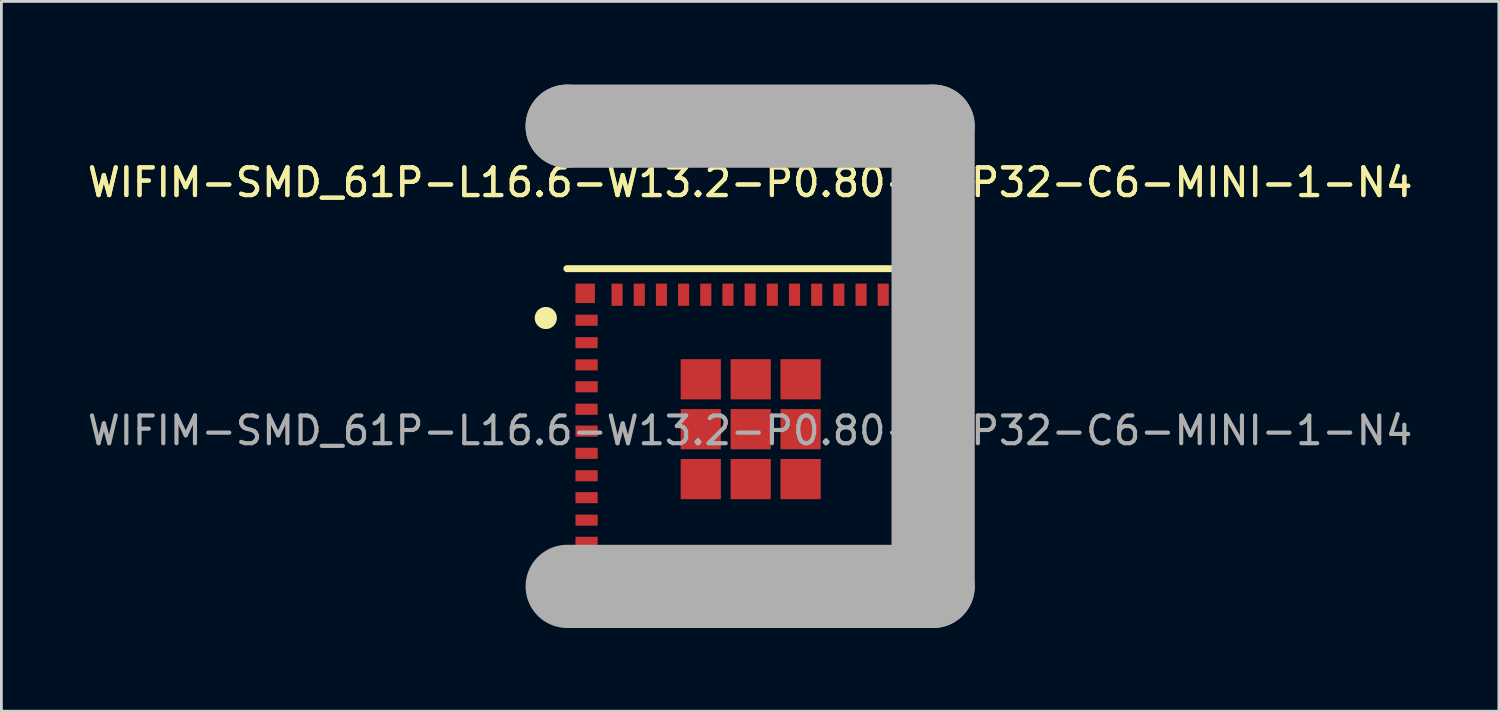
<source format=kicad_pcb>
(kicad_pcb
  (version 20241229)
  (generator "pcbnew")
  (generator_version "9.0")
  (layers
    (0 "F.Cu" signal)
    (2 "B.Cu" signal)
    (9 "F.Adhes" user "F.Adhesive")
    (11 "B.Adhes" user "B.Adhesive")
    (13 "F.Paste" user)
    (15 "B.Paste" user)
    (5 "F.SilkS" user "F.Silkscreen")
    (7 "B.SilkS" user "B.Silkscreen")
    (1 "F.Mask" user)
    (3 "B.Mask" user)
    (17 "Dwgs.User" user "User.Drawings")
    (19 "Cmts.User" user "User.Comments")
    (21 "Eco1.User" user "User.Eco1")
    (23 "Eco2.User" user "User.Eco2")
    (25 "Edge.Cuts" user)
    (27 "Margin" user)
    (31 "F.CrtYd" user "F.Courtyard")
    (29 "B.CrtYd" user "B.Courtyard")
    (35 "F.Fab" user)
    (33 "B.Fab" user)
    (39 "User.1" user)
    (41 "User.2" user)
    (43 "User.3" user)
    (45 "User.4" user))
  (footprint "WIFIM-SMD_61P-L16.6-W13.2-P0.80-ESP32-C6-MINI-1-N4"
    (layer "F.Cu")
    (at 24.006 12.48)
    (property "Reference" "WIFIM-SMD_61P-L16.6-W13.2-P0.80-ESP32-C6-MINI-1-N4" (at 0 -8.95 0) (layer "F.SilkS") (effects (font (size 1 1) (thickness 0.15))))
    (attr smd)
    (fp_line (start -6.61 -5.84) (end 6.6 -5.84) (stroke (width 0.25) (type solid)) (layer "F.SilkS"))
    (fp_circle (center -7.37 -4.06) (end -7.17 -4.06) (stroke (width 0.4) (type solid)) (fill no) (layer "F.SilkS"))
    (fp_line (start -6.6 -10.98) (end -6.6 -10.98) (stroke (width 3) (type solid)) (layer "F.Fab"))
    (fp_line (start -6.6 -10.98) (end 6.6 -10.98) (stroke (width 3) (type solid)) (layer "F.Fab"))
    (fp_line (start 6.6 -10.98) (end 6.6 5.62) (stroke (width 3) (type solid)) (layer "F.Fab"))
    (fp_line (start 6.6 5.62) (end -6.6 5.62) (stroke (width 3) (type solid)) (layer "F.Fab"))
    (fp_circle (center -6.6 -10.98) (end -6.57 -10.98) (stroke (width 0.06) (type solid)) (fill no) (layer "F.Fab"))
    (fp_text user "${REFERENCE}" (at 0 -8.95 0) (layer "F.SilkS") (effects (font (size 1 1) (thickness 0.15))))
    (fp_text user "${REFERENCE}" (at 0 0 0) (layer "F.Fab") (effects (font (size 1 1) (thickness 0.15))))
    (pad "1" smd rect (at -5.9 -3.98) (size 0.8 0.4) (layers "F.Cu" "F.Mask" "F.Paste"))
    (pad "2" smd rect (at -5.9 -3.17) (size 0.8 0.4) (layers "F.Cu" "F.Mask" "F.Paste"))
    (pad "3" smd rect (at -5.9 -2.37) (size 0.8 0.4) (layers "F.Cu" "F.Mask" "F.Paste"))
    (pad "4" smd rect (at -5.9 -1.58) (size 0.8 0.4) (layers "F.Cu" "F.Mask" "F.Paste"))
    (pad "5" smd rect (at -5.9 -0.77) (size 0.8 0.4) (layers "F.Cu" "F.Mask" "F.Paste"))
    (pad "6" smd rect (at -5.9 0.02) (size 0.8 0.4) (layers "F.Cu" "F.Mask" "F.Paste"))
    (pad "7" smd rect (at -5.9 0.82) (size 0.8 0.4) (layers "F.Cu" "F.Mask" "F.Paste"))
    (pad "8" smd rect (at -5.9 1.63) (size 0.8 0.4) (layers "F.Cu" "F.Mask" "F.Paste"))
    (pad "9" smd rect (at -5.9 2.42) (size 0.8 0.4) (layers "F.Cu" "F.Mask" "F.Paste"))
    (pad "10" smd rect (at -5.9 3.23) (size 0.8 0.4) (layers "F.Cu" "F.Mask" "F.Paste"))
    (pad "11" smd rect (at -5.9 4.03) (size 0.8 0.4) (layers "F.Cu" "F.Mask" "F.Paste"))
    (pad "12" smd rect (at -4.8 4.9 270) (size 0.8 0.4) (layers "F.Cu" "F.Mask" "F.Paste"))
    (pad "13" smd rect (at -4 4.9 270) (size 0.8 0.4) (layers "F.Cu" "F.Mask" "F.Paste"))
    (pad "14" smd rect (at -3.2 4.9 270) (size 0.8 0.4) (layers "F.Cu" "F.Mask" "F.Paste"))
    (pad "15" smd rect (at -2.4 4.9 270) (size 0.8 0.4) (layers "F.Cu" "F.Mask" "F.Paste"))
    (pad "16" smd rect (at -1.6 4.9 270) (size 0.8 0.4) (layers "F.Cu" "F.Mask" "F.Paste"))
    (pad "17" smd rect (at -0.8 4.9 270) (size 0.8 0.4) (layers "F.Cu" "F.Mask" "F.Paste"))
    (pad "18" smd rect (at 0 4.9 270) (size 0.8 0.4) (layers "F.Cu" "F.Mask" "F.Paste"))
    (pad "19" smd rect (at 0.8 4.9 270) (size 0.8 0.4) (layers "F.Cu" "F.Mask" "F.Paste"))
    (pad "20" smd rect (at 1.6 4.9 270) (size 0.8 0.4) (layers "F.Cu" "F.Mask" "F.Paste"))
    (pad "21" smd rect (at 2.4 4.9 270) (size 0.8 0.4) (layers "F.Cu" "F.Mask" "F.Paste"))
    (pad "22" smd rect (at 3.2 4.9 270) (size 0.8 0.4) (layers "F.Cu" "F.Mask" "F.Paste"))
    (pad "23" smd rect (at 4 4.9 270) (size 0.8 0.4) (layers "F.Cu" "F.Mask" "F.Paste"))
    (pad "24" smd rect (at 4.8 4.9 270) (size 0.8 0.4) (layers "F.Cu" "F.Mask" "F.Paste"))
    (pad "25" smd rect (at 5.9 4.03) (size 0.8 0.4) (layers "F.Cu" "F.Mask" "F.Paste"))
    (pad "26" smd rect (at 5.9 3.23) (size 0.8 0.4) (layers "F.Cu" "F.Mask" "F.Paste"))
    (pad "27" smd rect (at 5.9 2.42) (size 0.8 0.4) (layers "F.Cu" "F.Mask" "F.Paste"))
    (pad "28" smd rect (at 5.9 1.63) (size 0.8 0.4) (layers "F.Cu" "F.Mask" "F.Paste"))
    (pad "29" smd rect (at 5.9 0.82) (size 0.8 0.4) (layers "F.Cu" "F.Mask" "F.Paste"))
    (pad "30" smd rect (at 5.9 0.03) (size 0.8 0.4) (layers "F.Cu" "F.Mask" "F.Paste"))
    (pad "31" smd rect (at 5.9 -0.77) (size 0.8 0.4) (layers "F.Cu" "F.Mask" "F.Paste"))
    (pad "32" smd rect (at 5.9 -1.58) (size 0.8 0.4) (layers "F.Cu" "F.Mask" "F.Paste"))
    (pad "33" smd rect (at 5.9 -2.37) (size 0.8 0.4) (layers "F.Cu" "F.Mask" "F.Paste"))
    (pad "34" smd rect (at 5.9 -3.17) (size 0.8 0.4) (layers "F.Cu" "F.Mask" "F.Paste"))
    (pad "35" smd rect (at 5.9 -3.98) (size 0.8 0.4) (layers "F.Cu" "F.Mask" "F.Paste"))
    (pad "36" smd rect (at 4.8 -4.9 270) (size 0.8 0.4) (layers "F.Cu" "F.Mask" "F.Paste"))
    (pad "37" smd rect (at 4 -4.9 270) (size 0.8 0.4) (layers "F.Cu" "F.Mask" "F.Paste"))
    (pad "38" smd rect (at 3.2 -4.9 270) (size 0.8 0.4) (layers "F.Cu" "F.Mask" "F.Paste"))
    (pad "39" smd rect (at 2.4 -4.9 270) (size 0.8 0.4) (layers "F.Cu" "F.Mask" "F.Paste"))
    (pad "40" smd rect (at 1.6 -4.9 270) (size 0.8 0.4) (layers "F.Cu" "F.Mask" "F.Paste"))
    (pad "41" smd rect (at 0.8 -4.9 270) (size 0.8 0.4) (layers "F.Cu" "F.Mask" "F.Paste"))
    (pad "42" smd rect (at 0 -4.9 270) (size 0.8 0.4) (layers "F.Cu" "F.Mask" "F.Paste"))
    (pad "43" smd rect (at -0.8 -4.9 270) (size 0.8 0.4) (layers "F.Cu" "F.Mask" "F.Paste"))
    (pad "44" smd rect (at -1.6 -4.9 270) (size 0.8 0.4) (layers "F.Cu" "F.Mask" "F.Paste"))
    (pad "45" smd rect (at -2.4 -4.9 270) (size 0.8 0.4) (layers "F.Cu" "F.Mask" "F.Paste"))
    (pad "46" smd rect (at -3.2 -4.9 270) (size 0.8 0.4) (layers "F.Cu" "F.Mask" "F.Paste"))
    (pad "47" smd rect (at -4 -4.9 270) (size 0.8 0.4) (layers "F.Cu" "F.Mask" "F.Paste"))
    (pad "48" smd rect (at -4.8 -4.9 270) (size 0.8 0.4) (layers "F.Cu" "F.Mask" "F.Paste"))
    (pad "49" smd rect (at -1.78 -1.85) (size 1.45 1.45) (layers "F.Cu" "F.Mask" "F.Paste"))
    (pad "49" smd rect (at -1.78 -0.05) (size 1.45 1.45) (layers "F.Cu" "F.Mask" "F.Paste"))
    (pad "49" smd rect (at -1.78 1.75) (size 1.45 1.45) (layers "F.Cu" "F.Mask" "F.Paste"))
    (pad "49" smd rect (at 0.02 -1.85) (size 1.45 1.45) (layers "F.Cu" "F.Mask" "F.Paste"))
    (pad "49" smd rect (at 0.02 -0.05) (size 1.45 1.45) (layers "F.Cu" "F.Mask" "F.Paste"))
    (pad "49" smd rect (at 0.02 1.75) (size 1.45 1.45) (layers "F.Cu" "F.Mask" "F.Paste"))
    (pad "49" smd rect (at 1.82 -1.85) (size 1.45 1.45) (layers "F.Cu" "F.Mask" "F.Paste"))
    (pad "49" smd rect (at 1.82 -0.05) (size 1.45 1.45) (layers "F.Cu" "F.Mask" "F.Paste"))
    (pad "49" smd rect (at 1.82 1.75) (size 1.45 1.45) (layers "F.Cu" "F.Mask" "F.Paste"))
    (pad "50" smd rect (at 5.95 -4.95) (size 0.7 0.7) (layers "F.Cu" "F.Mask" "F.Paste"))
    (pad "51" smd rect (at 5.95 4.95) (size 0.7 0.7) (layers "F.Cu" "F.Mask" "F.Paste"))
    (pad "52" smd rect (at -5.95 4.95) (size 0.7 0.7) (layers "F.Cu" "F.Mask" "F.Paste"))
    (pad "53" smd rect (at -5.95 -4.95) (size 0.7 0.7) (layers "F.Cu" "F.Mask" "F.Paste")))
  (gr_rect
    (start -3 -3)
    (end 51.012 22.6)
    (stroke (width 0.1) (type default))
    (fill no)
    (layer "Edge.Cuts")))
</source>
